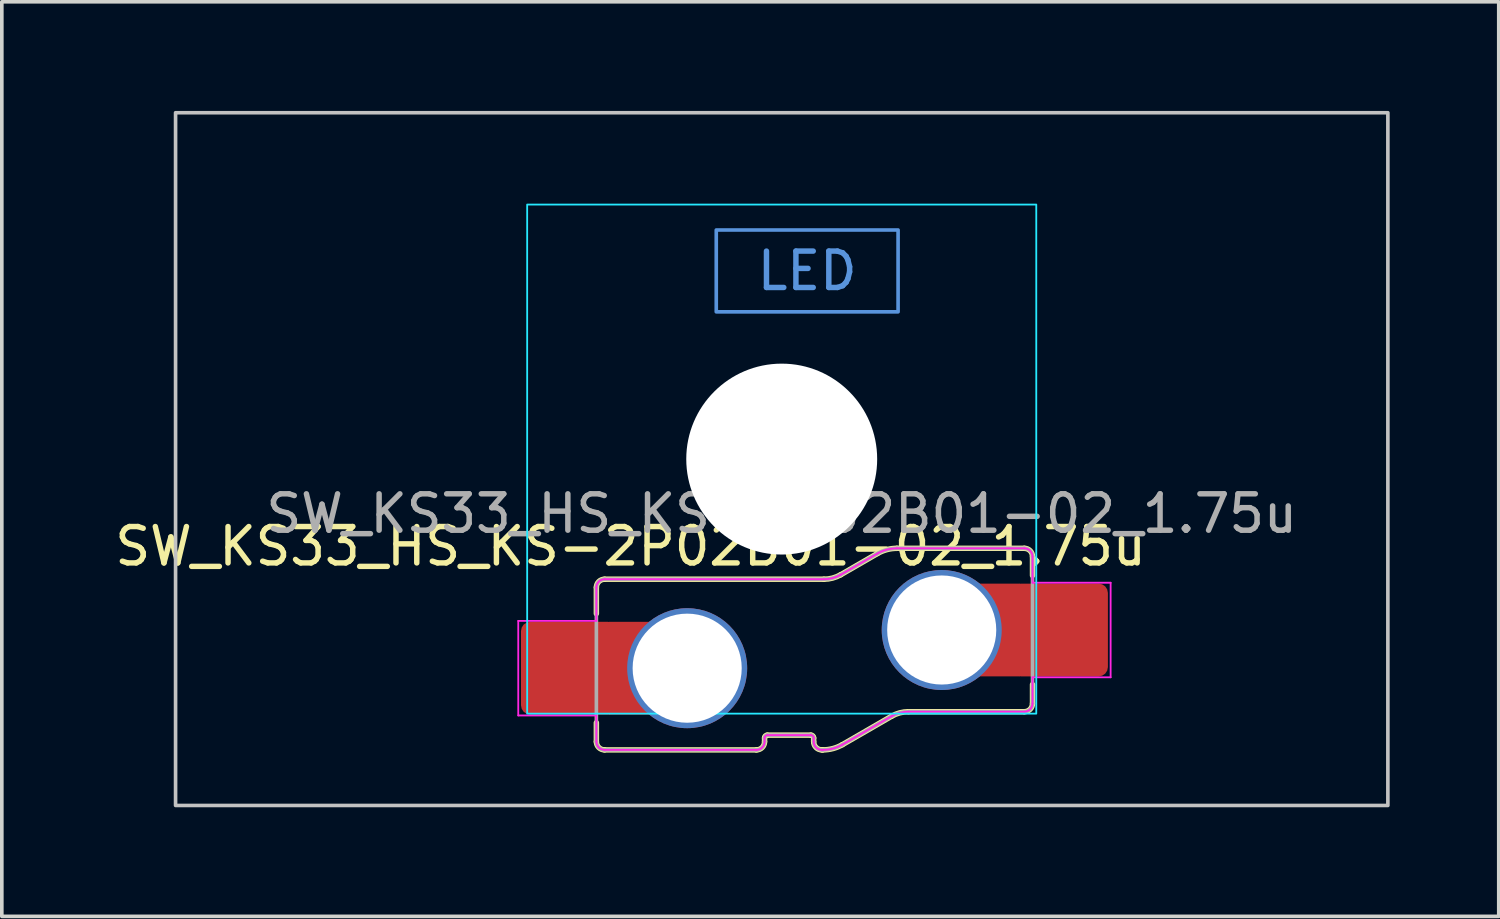
<source format=kicad_pcb>
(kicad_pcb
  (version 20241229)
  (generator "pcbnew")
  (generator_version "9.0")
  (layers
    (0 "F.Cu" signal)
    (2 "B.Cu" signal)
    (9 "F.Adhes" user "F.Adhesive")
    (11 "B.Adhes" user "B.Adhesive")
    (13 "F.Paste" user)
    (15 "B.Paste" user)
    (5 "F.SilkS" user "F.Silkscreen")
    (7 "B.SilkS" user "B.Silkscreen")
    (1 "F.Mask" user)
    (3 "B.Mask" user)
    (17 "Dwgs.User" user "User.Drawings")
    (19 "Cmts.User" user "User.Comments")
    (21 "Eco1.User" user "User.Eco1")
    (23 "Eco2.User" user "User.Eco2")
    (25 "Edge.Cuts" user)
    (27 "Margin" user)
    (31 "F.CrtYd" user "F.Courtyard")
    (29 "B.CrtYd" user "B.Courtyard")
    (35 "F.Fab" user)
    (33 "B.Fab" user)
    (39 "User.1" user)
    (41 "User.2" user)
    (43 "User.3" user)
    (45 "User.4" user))
  (footprint "SW_KS33_HS_KS-2P02B01-02_1.75u"
    (layer "F.Cu")
    (at 18.447 9.575)
    (property "Reference" "SW_KS33_HS_KS-2P02B01-02_1.75u" (at -4.155 2.4 180) (layer "F.SilkS") (effects (font (size 1 1) (thickness 0.15))))
    (attr smd)
    (fp_line (start -5.097 3.528) (end -5.097 4.25) (stroke (width 0.15) (type solid)) (layer "F.SilkS"))
    (fp_line (start -5.097 7.772) (end -5.097 7.25) (stroke (width 0.15) (type solid)) (layer "F.SilkS"))
    (fp_line (start -4.872 3.303) (end 1.161 3.303) (stroke (width 0.15) (type solid)) (layer "F.SilkS"))
    (fp_line (start -0.697 7.997) (end -4.872 7.997) (stroke (width 0.15) (type solid)) (layer "F.SilkS"))
    (fp_line (start -0.472 7.666) (end -0.472 7.772) (stroke (width 0.15) (type solid)) (layer "F.SilkS"))
    (fp_line (start 0.803 7.591) (end -0.397 7.591) (stroke (width 0.15) (type solid)) (layer "F.SilkS"))
    (fp_line (start 0.878 7.772) (end 0.878 7.666) (stroke (width 0.15) (type solid)) (layer "F.SilkS"))
    (fp_line (start 1.131 7.997) (end 1.103 7.997) (stroke (width 0.15) (type solid)) (layer "F.SilkS"))
    (fp_line (start 1.623 3.18) (end 2.631 2.597) (stroke (width 0.15) (type solid)) (layer "F.SilkS"))
    (fp_line (start 3.023 7.07) (end 1.669 7.853) (stroke (width 0.15) (type solid)) (layer "F.SilkS"))
    (fp_line (start 3.169 2.453) (end 6.672 2.453) (stroke (width 0.15) (type solid)) (layer "F.SilkS"))
    (fp_line (start 6.672 6.947) (end 3.486 6.947) (stroke (width 0.15) (type solid)) (layer "F.SilkS"))
    (fp_line (start 6.897 2.678) (end 6.897 3.2) (stroke (width 0.15) (type solid)) (layer "F.SilkS"))
    (fp_line (start 6.897 6.722) (end 6.897 6.2) (stroke (width 0.15) (type solid)) (layer "F.SilkS"))
    (fp_arc (start -5.096509 3.528462) (mid -5.030608 3.369392) (end -4.871538 3.303491) (stroke (width 0.15) (type solid)) (layer "F.SilkS"))
    (fp_arc (start -4.871547 7.996509) (mid -5.030611 7.930605) (end -5.096509 7.771538) (stroke (width 0.15) (type solid)) (layer "F.SilkS"))
    (fp_arc (start -0.471517 7.666366) (mid -0.44955 7.613333) (end -0.396517 7.591366) (stroke (width 0.15) (type solid)) (layer "F.SilkS"))
    (fp_arc (start -0.471517 7.772359) (mid -0.537421 7.931461) (end -0.696525 7.997359) (stroke (width 0.15) (type solid)) (layer "F.SilkS"))
    (fp_arc (start 0.803483 7.591366) (mid 0.856515 7.613334) (end 0.878483 7.666366) (stroke (width 0.15) (type solid)) (layer "F.SilkS"))
    (fp_arc (start 1.103483 7.996509) (mid 0.944382 7.930609) (end 0.878483 7.771509) (stroke (width 0.15) (type solid)) (layer "F.SilkS"))
    (fp_arc (start 1.623227 3.179574) (mid 1.400151 3.271972) (end 1.160763 3.303491) (stroke (width 0.15) (type solid)) (layer "F.SilkS"))
    (fp_arc (start 1.66858 7.852507) (mid 1.409348 7.959882) (end 1.131159 7.996509) (stroke (width 0.15) (type solid)) (layer "F.SilkS"))
    (fp_arc (start 2.63142 2.597493) (mid 2.890652 2.490118) (end 3.168841 2.453491) (stroke (width 0.15) (type solid)) (layer "F.SilkS"))
    (fp_arc (start 3.023183 7.070426) (mid 3.246257 6.978019) (end 3.485647 6.946509) (stroke (width 0.15) (type solid)) (layer "F.SilkS"))
    (fp_arc (start 6.671525 2.453491) (mid 6.830601 2.51939) (end 6.896509 2.678462) (stroke (width 0.15) (type solid)) (layer "F.SilkS"))
    (fp_arc (start 6.896509 6.721538) (mid 6.830605 6.880605) (end 6.671538 6.946509) (stroke (width 0.15) (type solid)) (layer "F.SilkS"))
    (fp_rect (start -16.669 -9.525) (end 16.669 9.525) (stroke (width 0.1) (type default)) (fill no) (layer "Dwgs.User"))
    (fp_rect (start 3.2 -6.3) (end -1.8 -4.05) (stroke (width 0.1) (type default)) (fill no) (layer "Cmts.User"))
    (fp_line (start -7 6.5) (end -7 -6.5) (stroke (width 0.1) (type default)) (layer "Eco2.User"))
    (fp_line (start -6.5 -7) (end 6.5 -7) (stroke (width 0.1) (type default)) (layer "Eco2.User"))
    (fp_line (start 6.5 7) (end -6.5 7) (stroke (width 0.1) (type default)) (layer "Eco2.User"))
    (fp_line (start 7 -6.5) (end 7 6.5) (stroke (width 0.1) (type default)) (layer "Eco2.User"))
    (fp_arc (start -7 -6.5) (mid -6.853553 -6.853553) (end -6.5 -7) (stroke (width 0.1) (type default)) (layer "Eco2.User"))
    (fp_arc (start -6.5 7) (mid -6.853553 6.853553) (end -7 6.5) (stroke (width 0.1) (type default)) (layer "Eco2.User"))
    (fp_arc (start 6.5 -7) (mid 6.853553 -6.853553) (end 7 -6.5) (stroke (width 0.1) (type default)) (layer "Eco2.User"))
    (fp_arc (start 7 6.5) (mid 6.853553 6.853553) (end 6.5 7) (stroke (width 0.1) (type default)) (layer "Eco2.User"))
    (fp_rect (start -7 -7) (end 7 7) (stroke (width 0.05) (type default)) (fill no) (layer "B.CrtYd"))
    (fp_line (start -7.245 4.45) (end -5.097 4.45) (stroke (width 0.05) (type solid)) (layer "F.CrtYd"))
    (fp_line (start -7.245 7.05) (end -7.245 4.45) (stroke (width 0.05) (type solid)) (layer "F.CrtYd"))
    (fp_line (start -5.097 4.45) (end -5.097 3.528) (stroke (width 0.05) (type default)) (layer "F.CrtYd"))
    (fp_line (start -5.097 7.05) (end -7.245 7.05) (stroke (width 0.05) (type solid)) (layer "F.CrtYd"))
    (fp_line (start -5.097 7.772) (end -5.097 7.05) (stroke (width 0.05) (type solid)) (layer "F.CrtYd"))
    (fp_line (start -4.872 3.303) (end 1.161 3.303) (stroke (width 0.05) (type solid)) (layer "F.CrtYd"))
    (fp_line (start -0.697 7.997) (end -4.872 7.997) (stroke (width 0.05) (type solid)) (layer "F.CrtYd"))
    (fp_line (start -0.472 7.666) (end -0.472 7.772) (stroke (width 0.05) (type solid)) (layer "F.CrtYd"))
    (fp_line (start 0.803 7.591) (end -0.397 7.591) (stroke (width 0.05) (type solid)) (layer "F.CrtYd"))
    (fp_line (start 0.878 7.772) (end 0.878 7.666) (stroke (width 0.05) (type solid)) (layer "F.CrtYd"))
    (fp_line (start 1.131 7.997) (end 1.103 7.997) (stroke (width 0.05) (type solid)) (layer "F.CrtYd"))
    (fp_line (start 1.623 3.18) (end 2.631 2.597) (stroke (width 0.05) (type solid)) (layer "F.CrtYd"))
    (fp_line (start 3.023 7.07) (end 1.669 7.853) (stroke (width 0.05) (type solid)) (layer "F.CrtYd"))
    (fp_line (start 3.169 2.453) (end 6.672 2.453) (stroke (width 0.05) (type solid)) (layer "F.CrtYd"))
    (fp_line (start 6.672 6.947) (end 3.486 6.947) (stroke (width 0.05) (type solid)) (layer "F.CrtYd"))
    (fp_line (start 6.897 2.678) (end 6.897 3.4) (stroke (width 0.05) (type default)) (layer "F.CrtYd"))
    (fp_line (start 6.897 3.4) (end 9.045 3.4) (stroke (width 0.05) (type solid)) (layer "F.CrtYd"))
    (fp_line (start 6.897 6.722) (end 6.897 6) (stroke (width 0.05) (type default)) (layer "F.CrtYd"))
    (fp_line (start 9.045 3.4) (end 9.045 6) (stroke (width 0.05) (type solid)) (layer "F.CrtYd"))
    (fp_line (start 9.045 6) (end 6.897 6) (stroke (width 0.05) (type solid)) (layer "F.CrtYd"))
    (fp_arc (start -5.096509 3.528462) (mid -5.030608 3.369392) (end -4.871538 3.303491) (stroke (width 0.05) (type solid)) (layer "F.CrtYd"))
    (fp_arc (start -4.871547 7.996509) (mid -5.030611 7.930605) (end -5.096509 7.771538) (stroke (width 0.05) (type solid)) (layer "F.CrtYd"))
    (fp_arc (start -0.471517 7.666366) (mid -0.44955 7.613333) (end -0.396517 7.591366) (stroke (width 0.05) (type solid)) (layer "F.CrtYd"))
    (fp_arc (start -0.471517 7.772359) (mid -0.537421 7.931461) (end -0.696525 7.997359) (stroke (width 0.05) (type solid)) (layer "F.CrtYd"))
    (fp_arc (start 0.803483 7.591366) (mid 0.856515 7.613334) (end 0.878483 7.666366) (stroke (width 0.05) (type solid)) (layer "F.CrtYd"))
    (fp_arc (start 1.103483 7.996509) (mid 0.944382 7.930609) (end 0.878483 7.771509) (stroke (width 0.05) (type solid)) (layer "F.CrtYd"))
    (fp_arc (start 1.623227 3.179574) (mid 1.400151 3.271972) (end 1.160763 3.303491) (stroke (width 0.05) (type solid)) (layer "F.CrtYd"))
    (fp_arc (start 1.66858 7.852507) (mid 1.409348 7.959882) (end 1.131159 7.996509) (stroke (width 0.05) (type solid)) (layer "F.CrtYd"))
    (fp_arc (start 2.63142 2.597493) (mid 2.890652 2.490118) (end 3.168841 2.453491) (stroke (width 0.05) (type solid)) (layer "F.CrtYd"))
    (fp_arc (start 3.023183 7.070426) (mid 3.246257 6.978019) (end 3.485647 6.946509) (stroke (width 0.05) (type solid)) (layer "F.CrtYd"))
    (fp_arc (start 6.671525 2.453491) (mid 6.830601 2.51939) (end 6.896509 2.678462) (stroke (width 0.05) (type solid)) (layer "F.CrtYd"))
    (fp_arc (start 6.896509 6.721538) (mid 6.830605 6.880605) (end 6.671538 6.946509) (stroke (width 0.05) (type solid)) (layer "F.CrtYd"))
    (fp_line (start -5.097 7.772) (end -5.097 3.528) (stroke (width 0.1) (type solid)) (layer "F.Fab"))
    (fp_line (start -4.872 3.303) (end 1.161 3.303) (stroke (width 0.1) (type solid)) (layer "F.Fab"))
    (fp_line (start -0.697 7.997) (end -4.872 7.997) (stroke (width 0.1) (type solid)) (layer "F.Fab"))
    (fp_line (start -0.472 7.666) (end -0.472 7.772) (stroke (width 0.1) (type solid)) (layer "F.Fab"))
    (fp_line (start 0.803 7.591) (end -0.397 7.591) (stroke (width 0.1) (type solid)) (layer "F.Fab"))
    (fp_line (start 0.878 7.772) (end 0.878 7.666) (stroke (width 0.1) (type solid)) (layer "F.Fab"))
    (fp_line (start 1.131 7.997) (end 1.103 7.997) (stroke (width 0.1) (type solid)) (layer "F.Fab"))
    (fp_line (start 1.623 3.18) (end 2.631 2.597) (stroke (width 0.1) (type solid)) (layer "F.Fab"))
    (fp_line (start 3.023 7.07) (end 1.669 7.853) (stroke (width 0.1) (type solid)) (layer "F.Fab"))
    (fp_line (start 3.169 2.453) (end 6.672 2.453) (stroke (width 0.1) (type solid)) (layer "F.Fab"))
    (fp_line (start 6.672 6.947) (end 3.486 6.947) (stroke (width 0.1) (type solid)) (layer "F.Fab"))
    (fp_line (start 6.897 2.678) (end 6.897 6.722) (stroke (width 0.1) (type solid)) (layer "F.Fab"))
    (fp_arc (start -5.096509 3.528462) (mid -5.030608 3.369392) (end -4.871538 3.303491) (stroke (width 0.1) (type solid)) (layer "F.Fab"))
    (fp_arc (start -4.871547 7.996509) (mid -5.030611 7.930605) (end -5.096509 7.771538) (stroke (width 0.1) (type solid)) (layer "F.Fab"))
    (fp_arc (start -0.471517 7.666366) (mid -0.44955 7.613333) (end -0.396517 7.591366) (stroke (width 0.1) (type solid)) (layer "F.Fab"))
    (fp_arc (start -0.471517 7.772359) (mid -0.537421 7.931461) (end -0.696525 7.997359) (stroke (width 0.1) (type solid)) (layer "F.Fab"))
    (fp_arc (start 0.803483 7.591366) (mid 0.856515 7.613334) (end 0.878483 7.666366) (stroke (width 0.1) (type solid)) (layer "F.Fab"))
    (fp_arc (start 1.103483 7.996509) (mid 0.944382 7.930609) (end 0.878483 7.771509) (stroke (width 0.1) (type solid)) (layer "F.Fab"))
    (fp_arc (start 1.623227 3.179574) (mid 1.400151 3.271972) (end 1.160763 3.303491) (stroke (width 0.1) (type solid)) (layer "F.Fab"))
    (fp_arc (start 1.66858 7.852507) (mid 1.409348 7.959882) (end 1.131159 7.996509) (stroke (width 0.1) (type solid)) (layer "F.Fab"))
    (fp_arc (start 2.63142 2.597493) (mid 2.890652 2.490118) (end 3.168841 2.453491) (stroke (width 0.1) (type solid)) (layer "F.Fab"))
    (fp_arc (start 3.023183 7.070426) (mid 3.246257 6.978019) (end 3.485647 6.946509) (stroke (width 0.1) (type solid)) (layer "F.Fab"))
    (fp_arc (start 6.671525 2.453491) (mid 6.830601 2.51939) (end 6.896509 2.678462) (stroke (width 0.1) (type solid)) (layer "F.Fab"))
    (fp_arc (start 6.896509 6.721538) (mid 6.830605 6.880605) (end 6.671538 6.946509) (stroke (width 0.1) (type solid)) (layer "F.Fab"))
    (fp_text user "LED" (at 0.7 -5.175 0) (unlocked yes) (layer "Cmts.User") (effects (font (size 1 1) (thickness 0.15))))
    (fp_text user "${REFERENCE}" (at 0 1.5 0) (layer "F.Fab") (effects (font (size 1 1) (thickness 0.15))))
    (pad "" np_thru_hole circle (at 0 0 180) (size 5.25 5.25) (drill 5.25) (layers "*.Cu" "*.Mask"))
    (pad "1" thru_hole circle (at 4.4 4.7) (size 3.3 3.3) (drill 3) (property pad_prop_mechanical) (layers "*.Cu" "F.Mask"))
    (pad "1" smd rect (at 5.95 4.7) (size 1.2 2.55) (layers "F.Cu"))
    (pad "1" smd roundrect (at 7.645 4.7) (size 2.65 2.55) (layers "F.Cu" "F.Mask" "F.Paste") (roundrect_rratio 0.1))
    (pad "2" smd roundrect (at -5.845 5.75) (size 2.65 2.55) (layers "F.Cu" "F.Mask" "F.Paste") (roundrect_rratio 0.1))
    (pad "2" smd rect (at -4.15 5.75 180) (size 1.2 2.55) (layers "F.Cu"))
    (pad "2" thru_hole circle (at -2.6 5.75) (size 3.3 3.3) (drill 3) (property pad_prop_mechanical) (layers "*.Cu" "F.Mask")))
  (gr_rect
    (start -3 -3)
    (end 38.165 22.15)
    (stroke (width 0.1) (type default))
    (fill no)
    (layer "Edge.Cuts")))
</source>
